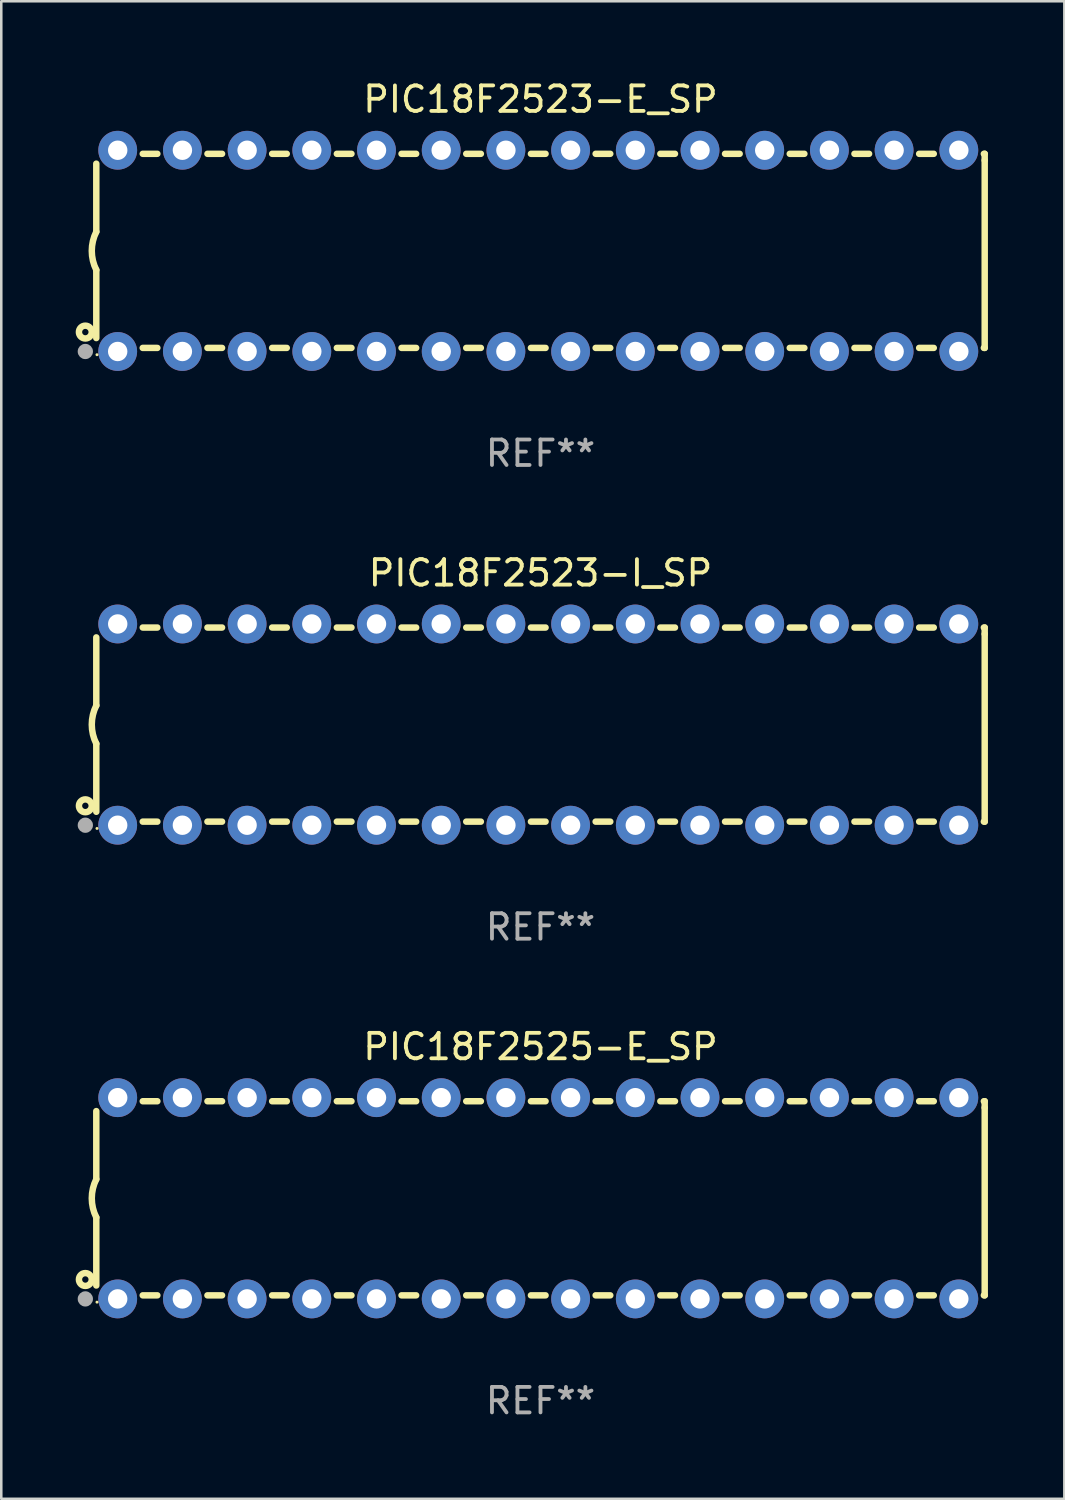
<source format=kicad_pcb>
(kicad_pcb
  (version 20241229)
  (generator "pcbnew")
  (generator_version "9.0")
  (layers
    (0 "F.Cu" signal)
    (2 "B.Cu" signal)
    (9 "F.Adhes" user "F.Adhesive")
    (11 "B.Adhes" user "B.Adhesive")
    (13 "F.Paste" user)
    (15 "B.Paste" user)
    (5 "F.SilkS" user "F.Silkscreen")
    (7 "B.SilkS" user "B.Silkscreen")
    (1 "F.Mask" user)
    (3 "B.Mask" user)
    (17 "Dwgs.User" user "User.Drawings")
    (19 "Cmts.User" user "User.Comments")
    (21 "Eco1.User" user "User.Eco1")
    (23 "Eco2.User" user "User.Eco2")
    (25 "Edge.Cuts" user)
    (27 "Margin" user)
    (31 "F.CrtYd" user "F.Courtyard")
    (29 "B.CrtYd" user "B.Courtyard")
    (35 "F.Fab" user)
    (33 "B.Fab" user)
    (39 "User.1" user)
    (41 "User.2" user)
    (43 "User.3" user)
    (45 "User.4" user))
  (footprint "PIC18F2523-E_SP"
    (layer "F.Cu")
    (at 18.168 6.798)
    (property "Reference" "PIC18F2523-E_SP" (at 0 -5.95 0) (layer "F.SilkS") (effects (font (size 1 1) (thickness 0.15))))
    (attr through_hole)
    (fp_line (start -17.438 0.75) (end -17.438 3.423) (stroke (width 0.254) (type solid)) (layer "F.SilkS"))
    (fp_line (start -17.438 -3.423) (end -17.438 -0.75) (stroke (width 0.254) (type solid)) (layer "F.SilkS"))
    (fp_line (start -15.615 3.81) (end -15.041 3.81) (stroke (width 0.254) (type solid)) (layer "F.SilkS"))
    (fp_line (start -15.041 -3.81) (end -15.614 -3.81) (stroke (width 0.254) (type solid)) (layer "F.SilkS"))
    (fp_line (start -13.075 3.81) (end -12.501 3.81) (stroke (width 0.254) (type solid)) (layer "F.SilkS"))
    (fp_line (start -12.501 -3.81) (end -13.074 -3.81) (stroke (width 0.254) (type solid)) (layer "F.SilkS"))
    (fp_line (start -10.535 3.81) (end -9.961 3.81) (stroke (width 0.254) (type solid)) (layer "F.SilkS"))
    (fp_line (start -9.961 -3.81) (end -10.534 -3.81) (stroke (width 0.254) (type solid)) (layer "F.SilkS"))
    (fp_line (start -7.995 3.81) (end -7.421 3.81) (stroke (width 0.254) (type solid)) (layer "F.SilkS"))
    (fp_line (start -7.421 -3.81) (end -7.995 -3.81) (stroke (width 0.254) (type solid)) (layer "F.SilkS"))
    (fp_line (start -5.455 3.81) (end -4.881 3.81) (stroke (width 0.254) (type solid)) (layer "F.SilkS"))
    (fp_line (start -4.881 -3.81) (end -5.455 -3.81) (stroke (width 0.254) (type solid)) (layer "F.SilkS"))
    (fp_line (start -2.915 3.81) (end -2.341 3.81) (stroke (width 0.254) (type solid)) (layer "F.SilkS"))
    (fp_line (start -2.341 -3.81) (end -2.915 -3.81) (stroke (width 0.254) (type solid)) (layer "F.SilkS"))
    (fp_line (start -0.375 3.81) (end 0.199 3.81) (stroke (width 0.254) (type solid)) (layer "F.SilkS"))
    (fp_line (start 0.199 -3.81) (end -0.375 -3.81) (stroke (width 0.254) (type solid)) (layer "F.SilkS"))
    (fp_line (start 2.165 3.81) (end 2.739 3.81) (stroke (width 0.254) (type solid)) (layer "F.SilkS"))
    (fp_line (start 2.739 -3.81) (end 2.165 -3.81) (stroke (width 0.254) (type solid)) (layer "F.SilkS"))
    (fp_line (start 4.705 3.81) (end 5.279 3.81) (stroke (width 0.254) (type solid)) (layer "F.SilkS"))
    (fp_line (start 5.279 -3.81) (end 4.705 -3.81) (stroke (width 0.254) (type solid)) (layer "F.SilkS"))
    (fp_line (start 7.245 3.81) (end 7.819 3.81) (stroke (width 0.254) (type solid)) (layer "F.SilkS"))
    (fp_line (start 7.819 -3.81) (end 7.245 -3.81) (stroke (width 0.254) (type solid)) (layer "F.SilkS"))
    (fp_line (start 9.785 3.81) (end 10.359 3.81) (stroke (width 0.254) (type solid)) (layer "F.SilkS"))
    (fp_line (start 10.359 -3.81) (end 9.785 -3.81) (stroke (width 0.254) (type solid)) (layer "F.SilkS"))
    (fp_line (start 12.325 3.81) (end 12.899 3.81) (stroke (width 0.254) (type solid)) (layer "F.SilkS"))
    (fp_line (start 12.899 -3.81) (end 12.325 -3.81) (stroke (width 0.254) (type solid)) (layer "F.SilkS"))
    (fp_line (start 14.865 3.81) (end 15.439 3.81) (stroke (width 0.254) (type solid)) (layer "F.SilkS"))
    (fp_line (start 15.439 -3.81) (end 14.865 -3.81) (stroke (width 0.254) (type solid)) (layer "F.SilkS"))
    (fp_line (start 17.405 3.81) (end 17.438 3.81) (stroke (width 0.254) (type solid)) (layer "F.SilkS"))
    (fp_line (start 17.438 -3.81) (end 17.405 -3.81) (stroke (width 0.254) (type solid)) (layer "F.SilkS"))
    (fp_line (start 17.438 -3.556) (end 17.438 -3.81) (stroke (width 0.254) (type solid)) (layer "F.SilkS"))
    (fp_line (start 17.438 3.81) (end 17.438 -3.556) (stroke (width 0.254) (type solid)) (layer "F.SilkS"))
    (fp_arc (start -17.437986 0.749657) (mid -17.614887 -0.000024) (end -17.437783 -0.749657) (stroke (width 0.254001) (type solid)) (layer "F.SilkS"))
    (fp_circle (center -17.868 3.188) (end -17.743 3.188) (stroke (width 0.254) (type solid)) (fill no) (layer "F.SilkS"))
    (fp_circle (center -17.411 4.077) (end -17.381 4.077) (stroke (width 0.06) (type solid)) (fill no) (layer "F.SilkS"))
    (fp_circle (center -17.868 3.95) (end -17.718 3.95) (stroke (width 0.3) (type solid)) (fill no) (layer "F.Fab"))
    (fp_text user "REF**" (at 0 7.95 0) (layer "F.Fab") (effects (font (size 1 1) (thickness 0.15))))
    (pad "1" thru_hole circle (at -16.598 3.95) (size 1.524 1.524) (drill 0.762) (layers "*.Cu" "*.Mask"))
    (pad "2" thru_hole circle (at -14.058 3.95) (size 1.524 1.524) (drill 0.762) (layers "*.Cu" "*.Mask"))
    (pad "3" thru_hole circle (at -11.518 3.95) (size 1.524 1.524) (drill 0.762) (layers "*.Cu" "*.Mask"))
    (pad "4" thru_hole circle (at -8.978 3.95) (size 1.524 1.524) (drill 0.762) (layers "*.Cu" "*.Mask"))
    (pad "5" thru_hole circle (at -6.438 3.95) (size 1.524 1.524) (drill 0.762) (layers "*.Cu" "*.Mask"))
    (pad "6" thru_hole circle (at -3.898 3.95) (size 1.524 1.524) (drill 0.762) (layers "*.Cu" "*.Mask"))
    (pad "7" thru_hole circle (at -1.358 3.95) (size 1.524 1.524) (drill 0.762) (layers "*.Cu" "*.Mask"))
    (pad "8" thru_hole circle (at 1.182 3.95) (size 1.524 1.524) (drill 0.762) (layers "*.Cu" "*.Mask"))
    (pad "9" thru_hole circle (at 3.722 3.95) (size 1.524 1.524) (drill 0.762) (layers "*.Cu" "*.Mask"))
    (pad "10" thru_hole circle (at 6.262 3.95) (size 1.524 1.524) (drill 0.762) (layers "*.Cu" "*.Mask"))
    (pad "11" thru_hole circle (at 8.802 3.95) (size 1.524 1.524) (drill 0.762) (layers "*.Cu" "*.Mask"))
    (pad "12" thru_hole circle (at 11.342 3.95) (size 1.524 1.524) (drill 0.762) (layers "*.Cu" "*.Mask"))
    (pad "13" thru_hole circle (at 13.882 3.95) (size 1.524 1.524) (drill 0.762) (layers "*.Cu" "*.Mask"))
    (pad "14" thru_hole circle (at 16.422 3.95) (size 1.524 1.524) (drill 0.762) (layers "*.Cu" "*.Mask"))
    (pad "15" thru_hole circle (at 16.422 -3.95) (size 1.524 1.524) (drill 0.762) (layers "*.Cu" "*.Mask"))
    (pad "16" thru_hole circle (at 13.882 -3.95) (size 1.524 1.524) (drill 0.762) (layers "*.Cu" "*.Mask"))
    (pad "17" thru_hole circle (at 11.342 -3.95) (size 1.524 1.524) (drill 0.762) (layers "*.Cu" "*.Mask"))
    (pad "18" thru_hole circle (at 8.802 -3.95) (size 1.524 1.524) (drill 0.762) (layers "*.Cu" "*.Mask"))
    (pad "19" thru_hole circle (at 6.262 -3.95) (size 1.524 1.524) (drill 0.762) (layers "*.Cu" "*.Mask"))
    (pad "20" thru_hole circle (at 3.722 -3.95) (size 1.524 1.524) (drill 0.762) (layers "*.Cu" "*.Mask"))
    (pad "21" thru_hole circle (at 1.182 -3.95) (size 1.524 1.524) (drill 0.762) (layers "*.Cu" "*.Mask"))
    (pad "22" thru_hole circle (at -1.358 -3.95) (size 1.524 1.524) (drill 0.762) (layers "*.Cu" "*.Mask"))
    (pad "23" thru_hole circle (at -3.898 -3.95) (size 1.524 1.524) (drill 0.762) (layers "*.Cu" "*.Mask"))
    (pad "24" thru_hole circle (at -6.438 -3.95) (size 1.524 1.524) (drill 0.762) (layers "*.Cu" "*.Mask"))
    (pad "25" thru_hole circle (at -8.978 -3.95) (size 1.524 1.524) (drill 0.762) (layers "*.Cu" "*.Mask"))
    (pad "26" thru_hole circle (at -11.517 -3.95) (size 1.524 1.524) (drill 0.762) (layers "*.Cu" "*.Mask"))
    (pad "27" thru_hole circle (at -14.057 -3.95) (size 1.524 1.524) (drill 0.762) (layers "*.Cu" "*.Mask"))
    (pad "28" thru_hole circle (at -16.597 -3.95) (size 1.524 1.524) (drill 0.762) (layers "*.Cu" "*.Mask")))
  (footprint "PIC18F2523-I_SP"
    (layer "F.Cu")
    (at 18.168 25.395)
    (property "Reference" "PIC18F2523-I_SP" (at 0 -5.95 0) (layer "F.SilkS") (effects (font (size 1 1) (thickness 0.15))))
    (attr through_hole)
    (fp_line (start -17.438 0.75) (end -17.438 3.423) (stroke (width 0.254) (type solid)) (layer "F.SilkS"))
    (fp_line (start -17.438 -3.423) (end -17.438 -0.75) (stroke (width 0.254) (type solid)) (layer "F.SilkS"))
    (fp_line (start -15.615 3.81) (end -15.041 3.81) (stroke (width 0.254) (type solid)) (layer "F.SilkS"))
    (fp_line (start -15.041 -3.81) (end -15.614 -3.81) (stroke (width 0.254) (type solid)) (layer "F.SilkS"))
    (fp_line (start -13.075 3.81) (end -12.501 3.81) (stroke (width 0.254) (type solid)) (layer "F.SilkS"))
    (fp_line (start -12.501 -3.81) (end -13.074 -3.81) (stroke (width 0.254) (type solid)) (layer "F.SilkS"))
    (fp_line (start -10.535 3.81) (end -9.961 3.81) (stroke (width 0.254) (type solid)) (layer "F.SilkS"))
    (fp_line (start -9.961 -3.81) (end -10.534 -3.81) (stroke (width 0.254) (type solid)) (layer "F.SilkS"))
    (fp_line (start -7.995 3.81) (end -7.421 3.81) (stroke (width 0.254) (type solid)) (layer "F.SilkS"))
    (fp_line (start -7.421 -3.81) (end -7.995 -3.81) (stroke (width 0.254) (type solid)) (layer "F.SilkS"))
    (fp_line (start -5.455 3.81) (end -4.881 3.81) (stroke (width 0.254) (type solid)) (layer "F.SilkS"))
    (fp_line (start -4.881 -3.81) (end -5.455 -3.81) (stroke (width 0.254) (type solid)) (layer "F.SilkS"))
    (fp_line (start -2.915 3.81) (end -2.341 3.81) (stroke (width 0.254) (type solid)) (layer "F.SilkS"))
    (fp_line (start -2.341 -3.81) (end -2.915 -3.81) (stroke (width 0.254) (type solid)) (layer "F.SilkS"))
    (fp_line (start -0.375 3.81) (end 0.199 3.81) (stroke (width 0.254) (type solid)) (layer "F.SilkS"))
    (fp_line (start 0.199 -3.81) (end -0.375 -3.81) (stroke (width 0.254) (type solid)) (layer "F.SilkS"))
    (fp_line (start 2.165 3.81) (end 2.739 3.81) (stroke (width 0.254) (type solid)) (layer "F.SilkS"))
    (fp_line (start 2.739 -3.81) (end 2.165 -3.81) (stroke (width 0.254) (type solid)) (layer "F.SilkS"))
    (fp_line (start 4.705 3.81) (end 5.279 3.81) (stroke (width 0.254) (type solid)) (layer "F.SilkS"))
    (fp_line (start 5.279 -3.81) (end 4.705 -3.81) (stroke (width 0.254) (type solid)) (layer "F.SilkS"))
    (fp_line (start 7.245 3.81) (end 7.819 3.81) (stroke (width 0.254) (type solid)) (layer "F.SilkS"))
    (fp_line (start 7.819 -3.81) (end 7.245 -3.81) (stroke (width 0.254) (type solid)) (layer "F.SilkS"))
    (fp_line (start 9.785 3.81) (end 10.359 3.81) (stroke (width 0.254) (type solid)) (layer "F.SilkS"))
    (fp_line (start 10.359 -3.81) (end 9.785 -3.81) (stroke (width 0.254) (type solid)) (layer "F.SilkS"))
    (fp_line (start 12.325 3.81) (end 12.899 3.81) (stroke (width 0.254) (type solid)) (layer "F.SilkS"))
    (fp_line (start 12.899 -3.81) (end 12.325 -3.81) (stroke (width 0.254) (type solid)) (layer "F.SilkS"))
    (fp_line (start 14.865 3.81) (end 15.439 3.81) (stroke (width 0.254) (type solid)) (layer "F.SilkS"))
    (fp_line (start 15.439 -3.81) (end 14.865 -3.81) (stroke (width 0.254) (type solid)) (layer "F.SilkS"))
    (fp_line (start 17.405 3.81) (end 17.438 3.81) (stroke (width 0.254) (type solid)) (layer "F.SilkS"))
    (fp_line (start 17.438 -3.81) (end 17.405 -3.81) (stroke (width 0.254) (type solid)) (layer "F.SilkS"))
    (fp_line (start 17.438 -3.556) (end 17.438 -3.81) (stroke (width 0.254) (type solid)) (layer "F.SilkS"))
    (fp_line (start 17.438 3.81) (end 17.438 -3.556) (stroke (width 0.254) (type solid)) (layer "F.SilkS"))
    (fp_arc (start -17.437986 0.749657) (mid -17.614887 -0.000024) (end -17.437783 -0.749657) (stroke (width 0.254001) (type solid)) (layer "F.SilkS"))
    (fp_circle (center -17.868 3.188) (end -17.743 3.188) (stroke (width 0.254) (type solid)) (fill no) (layer "F.SilkS"))
    (fp_circle (center -17.411 4.077) (end -17.381 4.077) (stroke (width 0.06) (type solid)) (fill no) (layer "F.SilkS"))
    (fp_circle (center -17.868 3.95) (end -17.718 3.95) (stroke (width 0.3) (type solid)) (fill no) (layer "F.Fab"))
    (fp_text user "REF**" (at 0 7.95 0) (layer "F.Fab") (effects (font (size 1 1) (thickness 0.15))))
    (pad "1" thru_hole circle (at -16.598 3.95) (size 1.524 1.524) (drill 0.762) (layers "*.Cu" "*.Mask"))
    (pad "2" thru_hole circle (at -14.058 3.95) (size 1.524 1.524) (drill 0.762) (layers "*.Cu" "*.Mask"))
    (pad "3" thru_hole circle (at -11.518 3.95) (size 1.524 1.524) (drill 0.762) (layers "*.Cu" "*.Mask"))
    (pad "4" thru_hole circle (at -8.978 3.95) (size 1.524 1.524) (drill 0.762) (layers "*.Cu" "*.Mask"))
    (pad "5" thru_hole circle (at -6.438 3.95) (size 1.524 1.524) (drill 0.762) (layers "*.Cu" "*.Mask"))
    (pad "6" thru_hole circle (at -3.898 3.95) (size 1.524 1.524) (drill 0.762) (layers "*.Cu" "*.Mask"))
    (pad "7" thru_hole circle (at -1.358 3.95) (size 1.524 1.524) (drill 0.762) (layers "*.Cu" "*.Mask"))
    (pad "8" thru_hole circle (at 1.182 3.95) (size 1.524 1.524) (drill 0.762) (layers "*.Cu" "*.Mask"))
    (pad "9" thru_hole circle (at 3.722 3.95) (size 1.524 1.524) (drill 0.762) (layers "*.Cu" "*.Mask"))
    (pad "10" thru_hole circle (at 6.262 3.95) (size 1.524 1.524) (drill 0.762) (layers "*.Cu" "*.Mask"))
    (pad "11" thru_hole circle (at 8.802 3.95) (size 1.524 1.524) (drill 0.762) (layers "*.Cu" "*.Mask"))
    (pad "12" thru_hole circle (at 11.342 3.95) (size 1.524 1.524) (drill 0.762) (layers "*.Cu" "*.Mask"))
    (pad "13" thru_hole circle (at 13.882 3.95) (size 1.524 1.524) (drill 0.762) (layers "*.Cu" "*.Mask"))
    (pad "14" thru_hole circle (at 16.422 3.95) (size 1.524 1.524) (drill 0.762) (layers "*.Cu" "*.Mask"))
    (pad "15" thru_hole circle (at 16.422 -3.95) (size 1.524 1.524) (drill 0.762) (layers "*.Cu" "*.Mask"))
    (pad "16" thru_hole circle (at 13.882 -3.95) (size 1.524 1.524) (drill 0.762) (layers "*.Cu" "*.Mask"))
    (pad "17" thru_hole circle (at 11.342 -3.95) (size 1.524 1.524) (drill 0.762) (layers "*.Cu" "*.Mask"))
    (pad "18" thru_hole circle (at 8.802 -3.95) (size 1.524 1.524) (drill 0.762) (layers "*.Cu" "*.Mask"))
    (pad "19" thru_hole circle (at 6.262 -3.95) (size 1.524 1.524) (drill 0.762) (layers "*.Cu" "*.Mask"))
    (pad "20" thru_hole circle (at 3.722 -3.95) (size 1.524 1.524) (drill 0.762) (layers "*.Cu" "*.Mask"))
    (pad "21" thru_hole circle (at 1.182 -3.95) (size 1.524 1.524) (drill 0.762) (layers "*.Cu" "*.Mask"))
    (pad "22" thru_hole circle (at -1.358 -3.95) (size 1.524 1.524) (drill 0.762) (layers "*.Cu" "*.Mask"))
    (pad "23" thru_hole circle (at -3.898 -3.95) (size 1.524 1.524) (drill 0.762) (layers "*.Cu" "*.Mask"))
    (pad "24" thru_hole circle (at -6.438 -3.95) (size 1.524 1.524) (drill 0.762) (layers "*.Cu" "*.Mask"))
    (pad "25" thru_hole circle (at -8.978 -3.95) (size 1.524 1.524) (drill 0.762) (layers "*.Cu" "*.Mask"))
    (pad "26" thru_hole circle (at -11.517 -3.95) (size 1.524 1.524) (drill 0.762) (layers "*.Cu" "*.Mask"))
    (pad "27" thru_hole circle (at -14.057 -3.95) (size 1.524 1.524) (drill 0.762) (layers "*.Cu" "*.Mask"))
    (pad "28" thru_hole circle (at -16.597 -3.95) (size 1.524 1.524) (drill 0.762) (layers "*.Cu" "*.Mask")))
  (footprint "PIC18F2525-E_SP"
    (layer "F.Cu")
    (at 18.168 43.991)
    (property "Reference" "PIC18F2525-E_SP" (at 0 -5.95 0) (layer "F.SilkS") (effects (font (size 1 1) (thickness 0.15))))
    (attr through_hole)
    (fp_line (start -17.438 0.75) (end -17.438 3.423) (stroke (width 0.254) (type solid)) (layer "F.SilkS"))
    (fp_line (start -17.438 -3.423) (end -17.438 -0.75) (stroke (width 0.254) (type solid)) (layer "F.SilkS"))
    (fp_line (start -15.615 3.81) (end -15.041 3.81) (stroke (width 0.254) (type solid)) (layer "F.SilkS"))
    (fp_line (start -15.041 -3.81) (end -15.614 -3.81) (stroke (width 0.254) (type solid)) (layer "F.SilkS"))
    (fp_line (start -13.075 3.81) (end -12.501 3.81) (stroke (width 0.254) (type solid)) (layer "F.SilkS"))
    (fp_line (start -12.501 -3.81) (end -13.074 -3.81) (stroke (width 0.254) (type solid)) (layer "F.SilkS"))
    (fp_line (start -10.535 3.81) (end -9.961 3.81) (stroke (width 0.254) (type solid)) (layer "F.SilkS"))
    (fp_line (start -9.961 -3.81) (end -10.534 -3.81) (stroke (width 0.254) (type solid)) (layer "F.SilkS"))
    (fp_line (start -7.995 3.81) (end -7.421 3.81) (stroke (width 0.254) (type solid)) (layer "F.SilkS"))
    (fp_line (start -7.421 -3.81) (end -7.995 -3.81) (stroke (width 0.254) (type solid)) (layer "F.SilkS"))
    (fp_line (start -5.455 3.81) (end -4.881 3.81) (stroke (width 0.254) (type solid)) (layer "F.SilkS"))
    (fp_line (start -4.881 -3.81) (end -5.455 -3.81) (stroke (width 0.254) (type solid)) (layer "F.SilkS"))
    (fp_line (start -2.915 3.81) (end -2.341 3.81) (stroke (width 0.254) (type solid)) (layer "F.SilkS"))
    (fp_line (start -2.341 -3.81) (end -2.915 -3.81) (stroke (width 0.254) (type solid)) (layer "F.SilkS"))
    (fp_line (start -0.375 3.81) (end 0.199 3.81) (stroke (width 0.254) (type solid)) (layer "F.SilkS"))
    (fp_line (start 0.199 -3.81) (end -0.375 -3.81) (stroke (width 0.254) (type solid)) (layer "F.SilkS"))
    (fp_line (start 2.165 3.81) (end 2.739 3.81) (stroke (width 0.254) (type solid)) (layer "F.SilkS"))
    (fp_line (start 2.739 -3.81) (end 2.165 -3.81) (stroke (width 0.254) (type solid)) (layer "F.SilkS"))
    (fp_line (start 4.705 3.81) (end 5.279 3.81) (stroke (width 0.254) (type solid)) (layer "F.SilkS"))
    (fp_line (start 5.279 -3.81) (end 4.705 -3.81) (stroke (width 0.254) (type solid)) (layer "F.SilkS"))
    (fp_line (start 7.245 3.81) (end 7.819 3.81) (stroke (width 0.254) (type solid)) (layer "F.SilkS"))
    (fp_line (start 7.819 -3.81) (end 7.245 -3.81) (stroke (width 0.254) (type solid)) (layer "F.SilkS"))
    (fp_line (start 9.785 3.81) (end 10.359 3.81) (stroke (width 0.254) (type solid)) (layer "F.SilkS"))
    (fp_line (start 10.359 -3.81) (end 9.785 -3.81) (stroke (width 0.254) (type solid)) (layer "F.SilkS"))
    (fp_line (start 12.325 3.81) (end 12.899 3.81) (stroke (width 0.254) (type solid)) (layer "F.SilkS"))
    (fp_line (start 12.899 -3.81) (end 12.325 -3.81) (stroke (width 0.254) (type solid)) (layer "F.SilkS"))
    (fp_line (start 14.865 3.81) (end 15.439 3.81) (stroke (width 0.254) (type solid)) (layer "F.SilkS"))
    (fp_line (start 15.439 -3.81) (end 14.865 -3.81) (stroke (width 0.254) (type solid)) (layer "F.SilkS"))
    (fp_line (start 17.405 3.81) (end 17.438 3.81) (stroke (width 0.254) (type solid)) (layer "F.SilkS"))
    (fp_line (start 17.438 -3.81) (end 17.405 -3.81) (stroke (width 0.254) (type solid)) (layer "F.SilkS"))
    (fp_line (start 17.438 -3.556) (end 17.438 -3.81) (stroke (width 0.254) (type solid)) (layer "F.SilkS"))
    (fp_line (start 17.438 3.81) (end 17.438 -3.556) (stroke (width 0.254) (type solid)) (layer "F.SilkS"))
    (fp_arc (start -17.437986 0.749657) (mid -17.614887 -0.000024) (end -17.437783 -0.749657) (stroke (width 0.254001) (type solid)) (layer "F.SilkS"))
    (fp_circle (center -17.868 3.188) (end -17.743 3.188) (stroke (width 0.254) (type solid)) (fill no) (layer "F.SilkS"))
    (fp_circle (center -17.411 4.077) (end -17.381 4.077) (stroke (width 0.06) (type solid)) (fill no) (layer "F.SilkS"))
    (fp_circle (center -17.868 3.95) (end -17.718 3.95) (stroke (width 0.3) (type solid)) (fill no) (layer "F.Fab"))
    (fp_text user "REF**" (at 0 7.95 0) (layer "F.Fab") (effects (font (size 1 1) (thickness 0.15))))
    (pad "1" thru_hole circle (at -16.598 3.95) (size 1.524 1.524) (drill 0.762) (layers "*.Cu" "*.Mask"))
    (pad "2" thru_hole circle (at -14.058 3.95) (size 1.524 1.524) (drill 0.762) (layers "*.Cu" "*.Mask"))
    (pad "3" thru_hole circle (at -11.518 3.95) (size 1.524 1.524) (drill 0.762) (layers "*.Cu" "*.Mask"))
    (pad "4" thru_hole circle (at -8.978 3.95) (size 1.524 1.524) (drill 0.762) (layers "*.Cu" "*.Mask"))
    (pad "5" thru_hole circle (at -6.438 3.95) (size 1.524 1.524) (drill 0.762) (layers "*.Cu" "*.Mask"))
    (pad "6" thru_hole circle (at -3.898 3.95) (size 1.524 1.524) (drill 0.762) (layers "*.Cu" "*.Mask"))
    (pad "7" thru_hole circle (at -1.358 3.95) (size 1.524 1.524) (drill 0.762) (layers "*.Cu" "*.Mask"))
    (pad "8" thru_hole circle (at 1.182 3.95) (size 1.524 1.524) (drill 0.762) (layers "*.Cu" "*.Mask"))
    (pad "9" thru_hole circle (at 3.722 3.95) (size 1.524 1.524) (drill 0.762) (layers "*.Cu" "*.Mask"))
    (pad "10" thru_hole circle (at 6.262 3.95) (size 1.524 1.524) (drill 0.762) (layers "*.Cu" "*.Mask"))
    (pad "11" thru_hole circle (at 8.802 3.95) (size 1.524 1.524) (drill 0.762) (layers "*.Cu" "*.Mask"))
    (pad "12" thru_hole circle (at 11.342 3.95) (size 1.524 1.524) (drill 0.762) (layers "*.Cu" "*.Mask"))
    (pad "13" thru_hole circle (at 13.882 3.95) (size 1.524 1.524) (drill 0.762) (layers "*.Cu" "*.Mask"))
    (pad "14" thru_hole circle (at 16.422 3.95) (size 1.524 1.524) (drill 0.762) (layers "*.Cu" "*.Mask"))
    (pad "15" thru_hole circle (at 16.422 -3.95) (size 1.524 1.524) (drill 0.762) (layers "*.Cu" "*.Mask"))
    (pad "16" thru_hole circle (at 13.882 -3.95) (size 1.524 1.524) (drill 0.762) (layers "*.Cu" "*.Mask"))
    (pad "17" thru_hole circle (at 11.342 -3.95) (size 1.524 1.524) (drill 0.762) (layers "*.Cu" "*.Mask"))
    (pad "18" thru_hole circle (at 8.802 -3.95) (size 1.524 1.524) (drill 0.762) (layers "*.Cu" "*.Mask"))
    (pad "19" thru_hole circle (at 6.262 -3.95) (size 1.524 1.524) (drill 0.762) (layers "*.Cu" "*.Mask"))
    (pad "20" thru_hole circle (at 3.722 -3.95) (size 1.524 1.524) (drill 0.762) (layers "*.Cu" "*.Mask"))
    (pad "21" thru_hole circle (at 1.182 -3.95) (size 1.524 1.524) (drill 0.762) (layers "*.Cu" "*.Mask"))
    (pad "22" thru_hole circle (at -1.358 -3.95) (size 1.524 1.524) (drill 0.762) (layers "*.Cu" "*.Mask"))
    (pad "23" thru_hole circle (at -3.898 -3.95) (size 1.524 1.524) (drill 0.762) (layers "*.Cu" "*.Mask"))
    (pad "24" thru_hole circle (at -6.438 -3.95) (size 1.524 1.524) (drill 0.762) (layers "*.Cu" "*.Mask"))
    (pad "25" thru_hole circle (at -8.978 -3.95) (size 1.524 1.524) (drill 0.762) (layers "*.Cu" "*.Mask"))
    (pad "26" thru_hole circle (at -11.517 -3.95) (size 1.524 1.524) (drill 0.762) (layers "*.Cu" "*.Mask"))
    (pad "27" thru_hole circle (at -14.057 -3.95) (size 1.524 1.524) (drill 0.762) (layers "*.Cu" "*.Mask"))
    (pad "28" thru_hole circle (at -16.597 -3.95) (size 1.524 1.524) (drill 0.762) (layers "*.Cu" "*.Mask")))
  (gr_rect
    (start -3 -3)
    (end 38.733 55.789)
    (stroke (width 0.1) (type default))
    (fill no)
    (layer "Edge.Cuts")))
</source>
